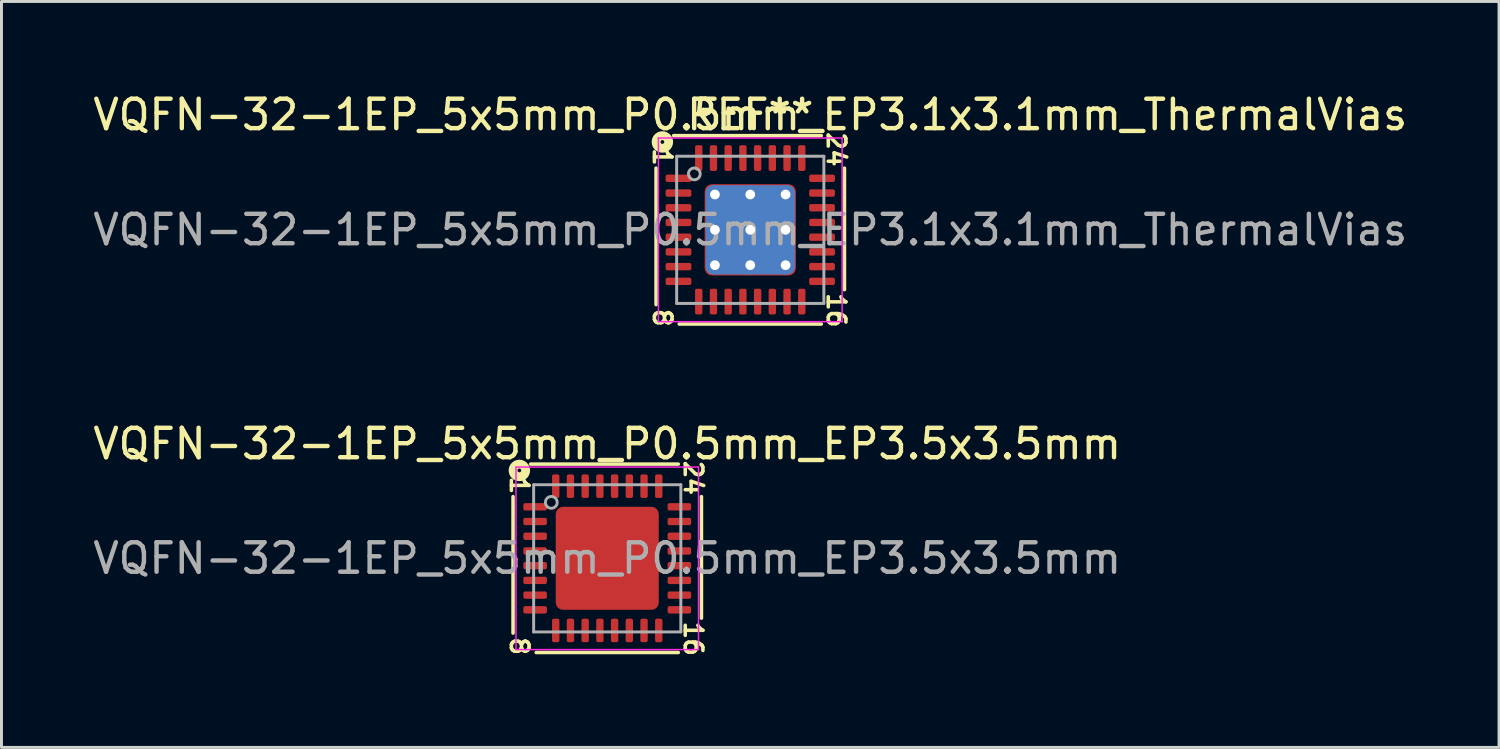
<source format=kicad_pcb>
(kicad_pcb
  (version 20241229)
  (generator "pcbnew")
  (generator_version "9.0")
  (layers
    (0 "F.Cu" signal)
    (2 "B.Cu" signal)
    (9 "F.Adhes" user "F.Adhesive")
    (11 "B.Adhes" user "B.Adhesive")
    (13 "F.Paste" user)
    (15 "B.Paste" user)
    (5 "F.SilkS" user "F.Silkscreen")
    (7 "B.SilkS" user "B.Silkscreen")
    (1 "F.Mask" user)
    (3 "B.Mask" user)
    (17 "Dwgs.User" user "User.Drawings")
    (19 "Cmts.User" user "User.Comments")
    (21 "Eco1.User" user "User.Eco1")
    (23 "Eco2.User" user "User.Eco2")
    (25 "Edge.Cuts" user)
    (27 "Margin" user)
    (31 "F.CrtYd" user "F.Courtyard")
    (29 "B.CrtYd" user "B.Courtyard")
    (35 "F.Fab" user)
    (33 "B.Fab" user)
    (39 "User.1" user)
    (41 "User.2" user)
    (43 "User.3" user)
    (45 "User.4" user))
  (footprint "VQFN-32-1EP_5x5mm_P0.5mm_EP3.5x3.5mm"
    (layer "F.Cu")
    (at 17.577 15.915)
    (property "Reference" "VQFN-32-1EP_5x5mm_P0.5mm_EP3.5x3.5mm" (at 0 -3.889 0) (layer "F.SilkS") (effects (font (size 1 1) (thickness 0.15))))
    (attr smd)
    (fp_line (start -3.2 -2.095) (end -3.2 2.54) (stroke (width 0.12) (type solid)) (layer "F.SilkS"))
    (fp_line (start -2.413 3.2) (end 2.413 3.2) (stroke (width 0.12) (type solid)) (layer "F.SilkS"))
    (fp_line (start 2.413 -3.2) (end -2.603 -3.2) (stroke (width 0.12) (type solid)) (layer "F.SilkS"))
    (fp_line (start 3.2 2.032) (end 3.2 -2.095) (stroke (width 0.12) (type solid)) (layer "F.SilkS"))
    (fp_circle (center -2.985 -2.985) (end -2.921 -2.985) (stroke (width 0.3) (type solid)) (fill no) (layer "F.SilkS"))
    (fp_line (start -3.1 -3.1) (end -3.1 3.1) (stroke (width 0.05) (type solid)) (layer "F.CrtYd"))
    (fp_line (start -3.1 3.1) (end 3.1 3.1) (stroke (width 0.05) (type solid)) (layer "F.CrtYd"))
    (fp_line (start 3.1 -3.1) (end -3.1 -3.1) (stroke (width 0.05) (type solid)) (layer "F.CrtYd"))
    (fp_line (start 3.1 3.1) (end 3.1 -3.1) (stroke (width 0.05) (type solid)) (layer "F.CrtYd"))
    (fp_line (start -2.5 -2.5) (end 2.5 -2.5) (stroke (width 0.1) (type solid)) (layer "F.Fab"))
    (fp_line (start -2.5 2.5) (end -2.5 -2.5) (stroke (width 0.1) (type solid)) (layer "F.Fab"))
    (fp_line (start 2.5 -2.5) (end 2.5 2.5) (stroke (width 0.1) (type solid)) (layer "F.Fab"))
    (fp_line (start 2.5 2.5) (end -2.5 2.5) (stroke (width 0.1) (type solid)) (layer "F.Fab"))
    (fp_circle (center -1.9 -1.9) (end -1.7 -1.9) (stroke (width 0.1) (type solid)) (fill no) (layer "F.Fab"))
    (fp_text user "8" (at -2.985 2.985 270) (unlocked yes) (layer "F.SilkS") (effects (font (size 0.6 0.6) (thickness 0.12))))
    (fp_text user "16" (at 2.921 2.731 270) (unlocked yes) (layer "F.SilkS") (effects (font (size 0.6 0.6) (thickness 0.12))))
    (fp_text user "24" (at 2.921 -2.731 270) (unlocked yes) (layer "F.SilkS") (effects (font (size 0.6 0.6) (thickness 0.12))))
    (fp_text user "1" (at -2.985 -2.477 270) (unlocked yes) (layer "F.SilkS") (effects (font (size 0.6 0.6) (thickness 0.12))))
    (fp_text user "${REFERENCE}" (at 0 0 0) (layer "F.Fab") (effects (font (size 1 1) (thickness 0.15))))
    (pad "" smd roundrect (at -0.875 -0.875) (size 1.41 1.41) (layers "F.Paste") (roundrect_rratio 0.177))
    (pad "" smd roundrect (at -0.875 0.875) (size 1.41 1.41) (layers "F.Paste") (roundrect_rratio 0.177))
    (pad "" smd roundrect (at 0.875 -0.875) (size 1.41 1.41) (layers "F.Paste") (roundrect_rratio 0.177))
    (pad "" smd roundrect (at 0.875 0.875) (size 1.41 1.41) (layers "F.Paste") (roundrect_rratio 0.177))
    (pad "1" smd roundrect (at -2.45 -1.75) (size 0.8 0.25) (layers "F.Cu" "F.Mask" "F.Paste") (roundrect_rratio 0.25))
    (pad "2" smd roundrect (at -2.45 -1.25) (size 0.8 0.25) (layers "F.Cu" "F.Mask" "F.Paste") (roundrect_rratio 0.25))
    (pad "3" smd roundrect (at -2.45 -0.75) (size 0.8 0.25) (layers "F.Cu" "F.Mask" "F.Paste") (roundrect_rratio 0.25))
    (pad "4" smd roundrect (at -2.45 -0.25) (size 0.8 0.25) (layers "F.Cu" "F.Mask" "F.Paste") (roundrect_rratio 0.25))
    (pad "5" smd roundrect (at -2.45 0.25) (size 0.8 0.25) (layers "F.Cu" "F.Mask" "F.Paste") (roundrect_rratio 0.25))
    (pad "6" smd roundrect (at -2.45 0.75) (size 0.8 0.25) (layers "F.Cu" "F.Mask" "F.Paste") (roundrect_rratio 0.25))
    (pad "7" smd roundrect (at -2.45 1.25) (size 0.8 0.25) (layers "F.Cu" "F.Mask" "F.Paste") (roundrect_rratio 0.25))
    (pad "8" smd roundrect (at -2.45 1.75) (size 0.8 0.25) (layers "F.Cu" "F.Mask" "F.Paste") (roundrect_rratio 0.25))
    (pad "9" smd roundrect (at -1.75 2.45) (size 0.25 0.8) (layers "F.Cu" "F.Mask" "F.Paste") (roundrect_rratio 0.25))
    (pad "10" smd roundrect (at -1.25 2.45) (size 0.25 0.8) (layers "F.Cu" "F.Mask" "F.Paste") (roundrect_rratio 0.25))
    (pad "11" smd roundrect (at -0.75 2.45) (size 0.25 0.8) (layers "F.Cu" "F.Mask" "F.Paste") (roundrect_rratio 0.25))
    (pad "12" smd roundrect (at -0.25 2.45) (size 0.25 0.8) (layers "F.Cu" "F.Mask" "F.Paste") (roundrect_rratio 0.25))
    (pad "13" smd roundrect (at 0.25 2.45) (size 0.25 0.8) (layers "F.Cu" "F.Mask" "F.Paste") (roundrect_rratio 0.25))
    (pad "14" smd roundrect (at 0.75 2.45) (size 0.25 0.8) (layers "F.Cu" "F.Mask" "F.Paste") (roundrect_rratio 0.25))
    (pad "15" smd roundrect (at 1.25 2.45) (size 0.25 0.8) (layers "F.Cu" "F.Mask" "F.Paste") (roundrect_rratio 0.25))
    (pad "16" smd roundrect (at 1.75 2.45) (size 0.25 0.8) (layers "F.Cu" "F.Mask" "F.Paste") (roundrect_rratio 0.25))
    (pad "17" smd roundrect (at 2.45 1.75) (size 0.8 0.25) (layers "F.Cu" "F.Mask" "F.Paste") (roundrect_rratio 0.25))
    (pad "18" smd roundrect (at 2.45 1.25) (size 0.8 0.25) (layers "F.Cu" "F.Mask" "F.Paste") (roundrect_rratio 0.25))
    (pad "19" smd roundrect (at 2.45 0.75) (size 0.8 0.25) (layers "F.Cu" "F.Mask" "F.Paste") (roundrect_rratio 0.25))
    (pad "20" smd roundrect (at 2.45 0.25) (size 0.8 0.25) (layers "F.Cu" "F.Mask" "F.Paste") (roundrect_rratio 0.25))
    (pad "21" smd roundrect (at 2.45 -0.25) (size 0.8 0.25) (layers "F.Cu" "F.Mask" "F.Paste") (roundrect_rratio 0.25))
    (pad "22" smd roundrect (at 2.45 -0.75) (size 0.8 0.25) (layers "F.Cu" "F.Mask" "F.Paste") (roundrect_rratio 0.25))
    (pad "23" smd roundrect (at 2.45 -1.25) (size 0.8 0.25) (layers "F.Cu" "F.Mask" "F.Paste") (roundrect_rratio 0.25))
    (pad "24" smd roundrect (at 2.45 -1.75) (size 0.8 0.25) (layers "F.Cu" "F.Mask" "F.Paste") (roundrect_rratio 0.25))
    (pad "25" smd roundrect (at 1.75 -2.45) (size 0.25 0.8) (layers "F.Cu" "F.Mask" "F.Paste") (roundrect_rratio 0.25))
    (pad "26" smd roundrect (at 1.25 -2.45) (size 0.25 0.8) (layers "F.Cu" "F.Mask" "F.Paste") (roundrect_rratio 0.25))
    (pad "27" smd roundrect (at 0.75 -2.45) (size 0.25 0.8) (layers "F.Cu" "F.Mask" "F.Paste") (roundrect_rratio 0.25))
    (pad "28" smd roundrect (at 0.25 -2.45) (size 0.25 0.8) (layers "F.Cu" "F.Mask" "F.Paste") (roundrect_rratio 0.25))
    (pad "29" smd roundrect (at -0.25 -2.45) (size 0.25 0.8) (layers "F.Cu" "F.Mask" "F.Paste") (roundrect_rratio 0.25))
    (pad "30" smd roundrect (at -0.75 -2.45) (size 0.25 0.8) (layers "F.Cu" "F.Mask" "F.Paste") (roundrect_rratio 0.25))
    (pad "31" smd roundrect (at -1.25 -2.45) (size 0.25 0.8) (layers "F.Cu" "F.Mask" "F.Paste") (roundrect_rratio 0.25))
    (pad "32" smd roundrect (at -1.75 -2.45) (size 0.25 0.8) (layers "F.Cu" "F.Mask" "F.Paste") (roundrect_rratio 0.25))
    (pad "33" smd roundrect (at 0 0) (size 3.5 3.5) (layers "F.Cu" "F.Mask") (roundrect_rratio 0.071)))
  (footprint "VQFN-32-1EP_5x5mm_P0.5mm_EP3.1x3.1mm_ThermalVias"
    (layer "F.Cu")
    (at 22.435 4.757)
    (property "Reference" "VQFN-32-1EP_5x5mm_P0.5mm_EP3.1x3.1mm_ThermalVias" (at 0 -3.909 0) (layer "F.SilkS") (effects (font (size 1 1) (thickness 0.15))))
    (attr smd)
    (fp_line (start -3.2 -2.095) (end -3.2 2.54) (stroke (width 0.12) (type solid)) (layer "F.SilkS"))
    (fp_line (start -2.413 3.2) (end 2.413 3.2) (stroke (width 0.12) (type solid)) (layer "F.SilkS"))
    (fp_line (start 2.413 -3.2) (end -2.603 -3.2) (stroke (width 0.12) (type solid)) (layer "F.SilkS"))
    (fp_line (start 3.2 2.032) (end 3.2 -2.095) (stroke (width 0.12) (type solid)) (layer "F.SilkS"))
    (fp_circle (center -2.985 -2.985) (end -2.921 -2.985) (stroke (width 0.3) (type solid)) (fill no) (layer "F.SilkS"))
    (fp_line (start -3.12 -3.12) (end -3.12 3.12) (stroke (width 0.05) (type solid)) (layer "F.CrtYd"))
    (fp_line (start -3.12 3.12) (end 3.12 3.12) (stroke (width 0.05) (type solid)) (layer "F.CrtYd"))
    (fp_line (start 3.12 -3.12) (end -3.12 -3.12) (stroke (width 0.05) (type solid)) (layer "F.CrtYd"))
    (fp_line (start 3.12 3.12) (end 3.12 -3.12) (stroke (width 0.05) (type solid)) (layer "F.CrtYd"))
    (fp_line (start -2.5 -2.5) (end 2.5 -2.5) (stroke (width 0.1) (type solid)) (layer "F.Fab"))
    (fp_line (start -2.5 2.5) (end -2.5 -2.5) (stroke (width 0.1) (type solid)) (layer "F.Fab"))
    (fp_line (start 2.5 -2.5) (end 2.5 2.5) (stroke (width 0.1) (type solid)) (layer "F.Fab"))
    (fp_line (start 2.5 2.5) (end -2.5 2.5) (stroke (width 0.1) (type solid)) (layer "F.Fab"))
    (fp_circle (center -1.9 -1.9) (end -1.7 -1.9) (stroke (width 0.1) (type solid)) (fill no) (layer "F.Fab"))
    (fp_text user "1" (at -2.985 -2.477 270) (unlocked yes) (layer "F.SilkS") (effects (font (size 0.6 0.6) (thickness 0.12))))
    (fp_text user "24" (at 2.921 -2.731 270) (unlocked yes) (layer "F.SilkS") (effects (font (size 0.6 0.6) (thickness 0.12))))
    (fp_text user "16" (at 2.921 2.731 270) (unlocked yes) (layer "F.SilkS") (effects (font (size 0.6 0.6) (thickness 0.12))))
    (fp_text user "8" (at -2.985 2.985 270) (unlocked yes) (layer "F.SilkS") (effects (font (size 0.6 0.6) (thickness 0.12))))
    (fp_text user "REF**" (at 0 -3.909 0) (layer "F.SilkS") (effects (font (size 1 1) (thickness 0.15))))
    (fp_text user "${REFERENCE}" (at 0 0 0) (layer "F.Fab") (effects (font (size 1 1) (thickness 0.15))))
    (pad "" smd roundrect (at -0.775 -0.775) (size 1.3 1.3) (layers "F.Paste") (roundrect_rratio 0.192))
    (pad "" smd roundrect (at -0.775 0.775) (size 1.3 1.3) (layers "F.Paste") (roundrect_rratio 0.192))
    (pad "" smd roundrect (at 0.775 -0.775) (size 1.3 1.3) (layers "F.Paste") (roundrect_rratio 0.192))
    (pad "" smd roundrect (at 0.775 0.775) (size 1.3 1.3) (layers "F.Paste") (roundrect_rratio 0.192))
    (pad "1" smd roundrect (at -2.438 -1.75) (size 0.875 0.25) (layers "F.Cu" "F.Mask" "F.Paste") (roundrect_rratio 0.25))
    (pad "2" smd roundrect (at -2.438 -1.25) (size 0.875 0.25) (layers "F.Cu" "F.Mask" "F.Paste") (roundrect_rratio 0.25))
    (pad "3" smd roundrect (at -2.438 -0.75) (size 0.875 0.25) (layers "F.Cu" "F.Mask" "F.Paste") (roundrect_rratio 0.25))
    (pad "4" smd roundrect (at -2.438 -0.25) (size 0.875 0.25) (layers "F.Cu" "F.Mask" "F.Paste") (roundrect_rratio 0.25))
    (pad "5" smd roundrect (at -2.438 0.25) (size 0.875 0.25) (layers "F.Cu" "F.Mask" "F.Paste") (roundrect_rratio 0.25))
    (pad "6" smd roundrect (at -2.438 0.75) (size 0.875 0.25) (layers "F.Cu" "F.Mask" "F.Paste") (roundrect_rratio 0.25))
    (pad "7" smd roundrect (at -2.438 1.25) (size 0.875 0.25) (layers "F.Cu" "F.Mask" "F.Paste") (roundrect_rratio 0.25))
    (pad "8" smd roundrect (at -2.438 1.75) (size 0.875 0.25) (layers "F.Cu" "F.Mask" "F.Paste") (roundrect_rratio 0.25))
    (pad "9" smd roundrect (at -1.75 2.438) (size 0.25 0.875) (layers "F.Cu" "F.Mask" "F.Paste") (roundrect_rratio 0.25))
    (pad "10" smd roundrect (at -1.25 2.438) (size 0.25 0.875) (layers "F.Cu" "F.Mask" "F.Paste") (roundrect_rratio 0.25))
    (pad "11" smd roundrect (at -0.75 2.438) (size 0.25 0.875) (layers "F.Cu" "F.Mask" "F.Paste") (roundrect_rratio 0.25))
    (pad "12" smd roundrect (at -0.25 2.438) (size 0.25 0.875) (layers "F.Cu" "F.Mask" "F.Paste") (roundrect_rratio 0.25))
    (pad "13" smd roundrect (at 0.25 2.438) (size 0.25 0.875) (layers "F.Cu" "F.Mask" "F.Paste") (roundrect_rratio 0.25))
    (pad "14" smd roundrect (at 0.75 2.438) (size 0.25 0.875) (layers "F.Cu" "F.Mask" "F.Paste") (roundrect_rratio 0.25))
    (pad "15" smd roundrect (at 1.25 2.438) (size 0.25 0.875) (layers "F.Cu" "F.Mask" "F.Paste") (roundrect_rratio 0.25))
    (pad "16" smd roundrect (at 1.75 2.438) (size 0.25 0.875) (layers "F.Cu" "F.Mask" "F.Paste") (roundrect_rratio 0.25))
    (pad "17" smd roundrect (at 2.438 1.75) (size 0.875 0.25) (layers "F.Cu" "F.Mask" "F.Paste") (roundrect_rratio 0.25))
    (pad "18" smd roundrect (at 2.438 1.25) (size 0.875 0.25) (layers "F.Cu" "F.Mask" "F.Paste") (roundrect_rratio 0.25))
    (pad "19" smd roundrect (at 2.438 0.75) (size 0.875 0.25) (layers "F.Cu" "F.Mask" "F.Paste") (roundrect_rratio 0.25))
    (pad "20" smd roundrect (at 2.438 0.25) (size 0.875 0.25) (layers "F.Cu" "F.Mask" "F.Paste") (roundrect_rratio 0.25))
    (pad "21" smd roundrect (at 2.438 -0.25) (size 0.875 0.25) (layers "F.Cu" "F.Mask" "F.Paste") (roundrect_rratio 0.25))
    (pad "22" smd roundrect (at 2.438 -0.75) (size 0.875 0.25) (layers "F.Cu" "F.Mask" "F.Paste") (roundrect_rratio 0.25))
    (pad "23" smd roundrect (at 2.438 -1.25) (size 0.875 0.25) (layers "F.Cu" "F.Mask" "F.Paste") (roundrect_rratio 0.25))
    (pad "24" smd roundrect (at 2.438 -1.75) (size 0.875 0.25) (layers "F.Cu" "F.Mask" "F.Paste") (roundrect_rratio 0.25))
    (pad "25" smd roundrect (at 1.75 -2.438) (size 0.25 0.875) (layers "F.Cu" "F.Mask" "F.Paste") (roundrect_rratio 0.25))
    (pad "26" smd roundrect (at 1.25 -2.438) (size 0.25 0.875) (layers "F.Cu" "F.Mask" "F.Paste") (roundrect_rratio 0.25))
    (pad "27" smd roundrect (at 0.75 -2.438) (size 0.25 0.875) (layers "F.Cu" "F.Mask" "F.Paste") (roundrect_rratio 0.25))
    (pad "28" smd roundrect (at 0.25 -2.438) (size 0.25 0.875) (layers "F.Cu" "F.Mask" "F.Paste") (roundrect_rratio 0.25))
    (pad "29" smd roundrect (at -0.25 -2.438) (size 0.25 0.875) (layers "F.Cu" "F.Mask" "F.Paste") (roundrect_rratio 0.25))
    (pad "30" smd roundrect (at -0.75 -2.438) (size 0.25 0.875) (layers "F.Cu" "F.Mask" "F.Paste") (roundrect_rratio 0.25))
    (pad "31" smd roundrect (at -1.25 -2.438) (size 0.25 0.875) (layers "F.Cu" "F.Mask" "F.Paste") (roundrect_rratio 0.25))
    (pad "32" smd roundrect (at -1.75 -2.438) (size 0.25 0.875) (layers "F.Cu" "F.Mask" "F.Paste") (roundrect_rratio 0.25))
    (pad "33" thru_hole circle (at -1.2 -1.2) (size 0.63 0.63) (drill 0.33) (property pad_prop_heatsink) (layers "*.Cu"))
    (pad "33" thru_hole circle (at -1.2 0) (size 0.63 0.63) (drill 0.33) (property pad_prop_heatsink) (layers "*.Cu"))
    (pad "33" thru_hole circle (at -1.2 1.2) (size 0.63 0.63) (drill 0.33) (property pad_prop_heatsink) (layers "*.Cu"))
    (pad "33" thru_hole circle (at 0 -1.2) (size 0.63 0.63) (drill 0.33) (property pad_prop_heatsink) (layers "*.Cu"))
    (pad "33" thru_hole circle (at 0 0) (size 0.63 0.63) (drill 0.33) (property pad_prop_heatsink) (layers "*.Cu"))
    (pad "33" smd roundrect (at 0 0) (size 3.03 3.03) (layers "B.Cu" "B.Mask") (roundrect_rratio 0.083))
    (pad "33" smd roundrect (at 0 0) (size 3.1 3.1) (layers "F.Cu" "F.Mask") (roundrect_rratio 0.081))
    (pad "33" thru_hole circle (at 0 1.2) (size 0.63 0.63) (drill 0.33) (property pad_prop_heatsink) (layers "*.Cu"))
    (pad "33" thru_hole circle (at 1.2 -1.2) (size 0.63 0.63) (drill 0.33) (property pad_prop_heatsink) (layers "*.Cu"))
    (pad "33" thru_hole circle (at 1.2 0) (size 0.63 0.63) (drill 0.33) (property pad_prop_heatsink) (layers "*.Cu"))
    (pad "33" thru_hole circle (at 1.2 1.2) (size 0.63 0.63) (drill 0.33) (property pad_prop_heatsink) (layers "*.Cu")))
  (gr_rect
    (start -3 -3)
    (end 47.869 22.337)
    (stroke (width 0.1) (type default))
    (fill no)
    (layer "Edge.Cuts")))
</source>
